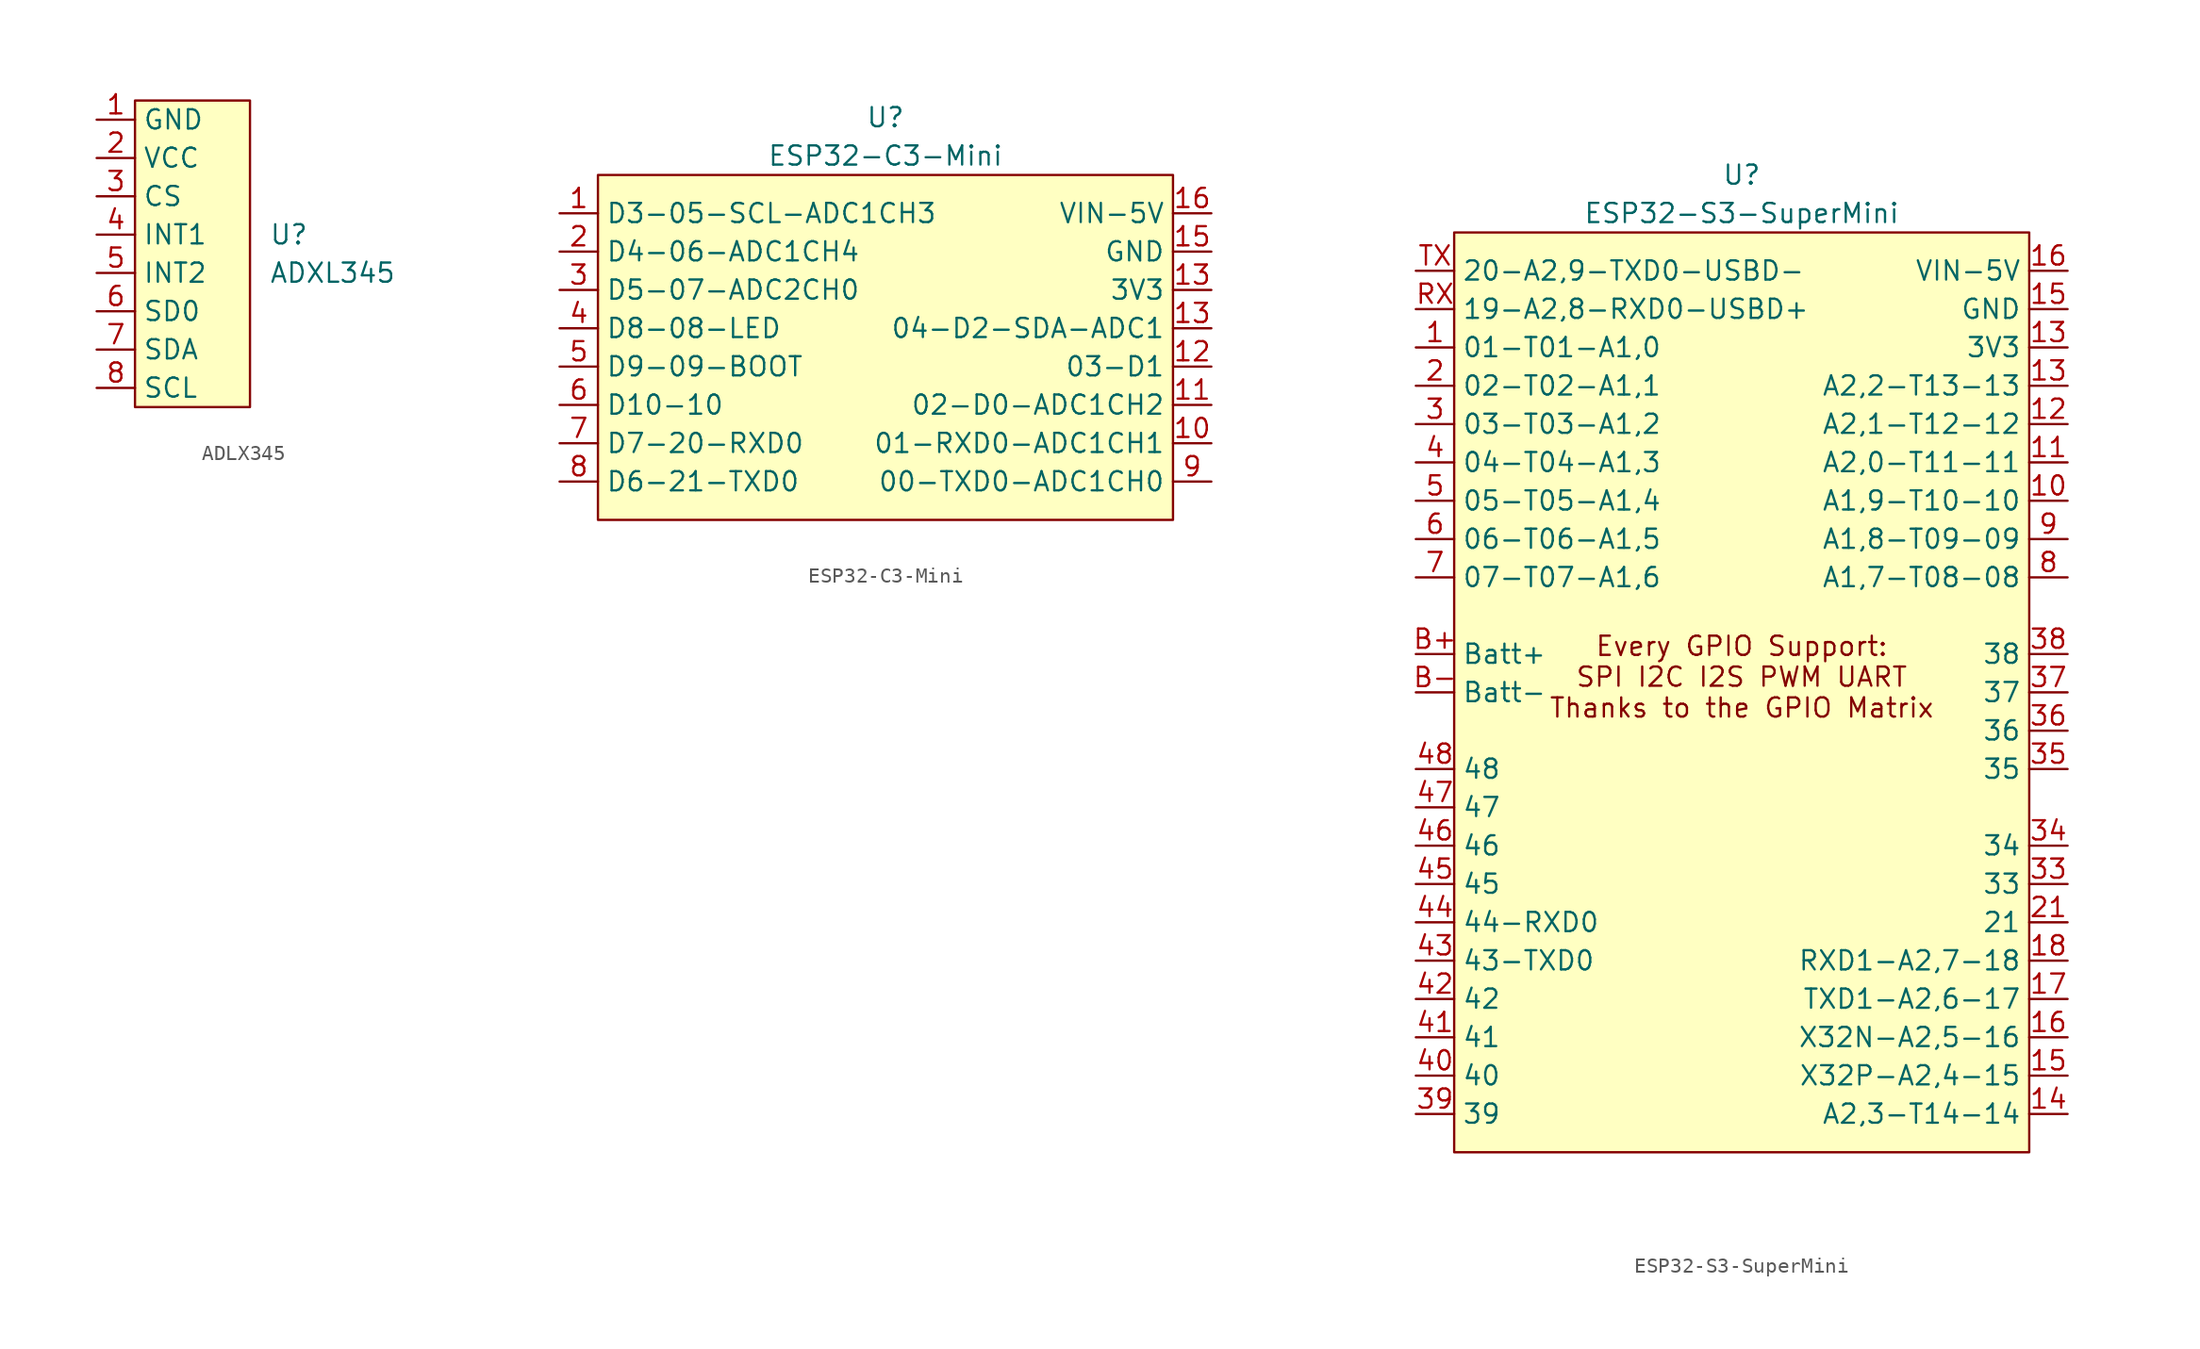
<source format=kicad_sym>
(kicad_symbol_lib
  (version 20231120)
  (generator "kicad_symbol_editor")
  (generator_version "8.0")
  (symbol "ADLX345"
    (property "Reference" "U"
      (at 5.08 1.27 0)
      (effects (font (size 1.27 1.27)) (justify left)))
    (property "Value" "ADXL345"
      (at 5.08 -1.27 0)
      (effects (font (size 1.27 1.27)) (justify left)))
    (symbol "ADLX345_0_1"
      (rectangle (start -3.81 10.16) (end 3.81 -10.16) (stroke (width 0) (type default)) (fill (type background))))
    (symbol "ADLX345_1_1"
      (pin power_in line (at -6.35 8.89 0) (length 2.54) (name "GND" (effects (font (size 1.27 1.27)))) (number "1" (effects (font (size 1.27 1.27)))))
      (pin power_in line (at -6.35 6.35 0) (length 2.54) (name "VCC" (effects (font (size 1.27 1.27)))) (number "2" (effects (font (size 1.27 1.27)))))
      (pin input line (at -6.35 3.81 0) (length 2.54) (name "CS" (effects (font (size 1.27 1.27)))) (number "3" (effects (font (size 1.27 1.27)))))
      (pin bidirectional line (at -6.35 1.27 0) (length 2.54) (name "INT1" (effects (font (size 1.27 1.27)))) (number "4" (effects (font (size 1.27 1.27)))))
      (pin bidirectional line (at -6.35 -1.27 0) (length 2.54) (name "INT2" (effects (font (size 1.27 1.27)))) (number "5" (effects (font (size 1.27 1.27)))))
      (pin bidirectional line (at -6.35 -3.81 0) (length 2.54) (name "SD0" (effects (font (size 1.27 1.27)))) (number "6" (effects (font (size 1.27 1.27)))))
      (pin bidirectional line (at -6.35 -6.35 0) (length 2.54) (name "SDA" (effects (font (size 1.27 1.27)))) (number "7" (effects (font (size 1.27 1.27)))))
      (pin input line (at -6.35 -8.89 0) (length 2.54) (name "SCL" (effects (font (size 1.27 1.27)))) (number "8" (effects (font (size 1.27 1.27)))))))
  (symbol "ESP32-C3-Mini"
    (property "Reference" "U"
      (at 0 15.24 0)
      (effects (font (size 1.27 1.27))))
    (property "Value" "ESP32-C3-Mini"
      (at 0 12.7 0)
      (effects (font (size 1.27 1.27))))
    (symbol "ESP32-C3-Mini_1_1"
      (rectangle (start -19.05 11.43) (end 19.05 -11.43) (stroke (width 0) (type default)) (fill (type background)))
      (pin bidirectional line (at -21.59 8.89 0) (length 2.54) (name "D3-05-SCL-ADC1CH3" (effects (font (size 1.27 1.27)))) (number "1" (effects (font (size 1.27 1.27)))))
      (pin bidirectional line (at 21.59 -6.35 180) (length 2.54) (name "01-RXD0-ADC1CH1" (effects (font (size 1.27 1.27)))) (number "10" (effects (font (size 1.27 1.27)))))
      (pin bidirectional line (at 21.59 -3.81 180) (length 2.54) (name "02-D0-ADC1CH2" (effects (font (size 1.27 1.27)))) (number "11" (effects (font (size 1.27 1.27)))))
      (pin bidirectional line (at 21.59 -1.27 180) (length 2.54) (name "03-D1" (effects (font (size 1.27 1.27)))) (number "12" (effects (font (size 1.27 1.27)))))
      (pin bidirectional line (at 21.59 1.27 180) (length 2.54) (name "04-D2-SDA-ADC1" (effects (font (size 1.27 1.27)))) (number "13" (effects (font (size 1.27 1.27)))))
      (pin power_out line (at 21.59 3.81 180) (length 2.54) (name "3V3" (effects (font (size 1.27 1.27)))) (number "13" (effects (font (size 1.27 1.27)))))
      (pin power_in line (at 21.59 6.35 180) (length 2.54) (name "GND" (effects (font (size 1.27 1.27)))) (number "15" (effects (font (size 1.27 1.27)))))
      (pin power_in line (at 21.59 8.89 180) (length 2.54) (name "VIN-5V" (effects (font (size 1.27 1.27)))) (number "16" (effects (font (size 1.27 1.27)))))
      (pin bidirectional line (at -21.59 6.35 0) (length 2.54) (name "D4-06-ADC1CH4" (effects (font (size 1.27 1.27)))) (number "2" (effects (font (size 1.27 1.27)))))
      (pin bidirectional line (at -21.59 3.81 0) (length 2.54) (name "D5-07-ADC2CH0" (effects (font (size 1.27 1.27)))) (number "3" (effects (font (size 1.27 1.27)))))
      (pin bidirectional line (at -21.59 1.27 0) (length 2.54) (name "D8-08-LED" (effects (font (size 1.27 1.27)))) (number "4" (effects (font (size 1.27 1.27)))))
      (pin bidirectional line (at -21.59 -1.27 0) (length 2.54) (name "D9-09-BOOT" (effects (font (size 1.27 1.27)))) (number "5" (effects (font (size 1.27 1.27)))))
      (pin bidirectional line (at -21.59 -3.81 0) (length 2.54) (name "D10-10" (effects (font (size 1.27 1.27)))) (number "6" (effects (font (size 1.27 1.27)))))
      (pin bidirectional line (at -21.59 -6.35 0) (length 2.54) (name "D7-20-RXD0" (effects (font (size 1.27 1.27)))) (number "7" (effects (font (size 1.27 1.27)))))
      (pin bidirectional line (at -21.59 -8.89 0) (length 2.54) (name "D6-21-TXD0" (effects (font (size 1.27 1.27)))) (number "8" (effects (font (size 1.27 1.27)))))
      (pin bidirectional line (at 21.59 -8.89 180) (length 2.54) (name "00-TXD0-ADC1CH0" (effects (font (size 1.27 1.27)))) (number "9" (effects (font (size 1.27 1.27)))))))
  (symbol "ESP32-S3-SuperMini"
    (property "Reference" "U"
      (at 0 34.29 0)
      (effects (font (size 1.27 1.27))))
    (property "Value" "ESP32-S3-SuperMini"
      (at 0 31.75 0)
      (effects (font (size 1.27 1.27))))
    (symbol "ESP32-S3-SuperMini_1_1"
      (rectangle (start -19.05 30.48) (end 19.05 -30.48) (stroke (width 0) (type default)) (fill (type background)))
      (text "Every GPIO Support:\nSPI I2C I2S PWM UART\nThanks to the GPIO Matrix\n\n" (at 0 0 0) (effects (font (size 1.27 1.27))))
      (pin bidirectional line (at -21.59 22.86 0) (length 2.54) (name "01-T01-A1,0" (effects (font (size 1.27 1.27)))) (number "1" (effects (font (size 1.27 1.27)))))
      (pin bidirectional line (at 21.59 12.7 180) (length 2.54) (name "A1,9-T10-10" (effects (font (size 1.27 1.27)))) (number "10" (effects (font (size 1.27 1.27)))))
      (pin bidirectional line (at 21.59 15.24 180) (length 2.54) (name "A2,0-T11-11" (effects (font (size 1.27 1.27)))) (number "11" (effects (font (size 1.27 1.27)))))
      (pin bidirectional line (at 21.59 17.78 180) (length 2.54) (name "A2,1-T12-12" (effects (font (size 1.27 1.27)))) (number "12" (effects (font (size 1.27 1.27)))))
      (pin power_out line (at 21.59 22.86 180) (length 2.54) (name "3V3" (effects (font (size 1.27 1.27)))) (number "13" (effects (font (size 1.27 1.27)))))
      (pin bidirectional line (at 21.59 20.32 180) (length 2.54) (name "A2,2-T13-13" (effects (font (size 1.27 1.27)))) (number "13" (effects (font (size 1.27 1.27)))))
      (pin bidirectional line (at 21.59 -27.94 180) (length 2.54) (name "A2,3-T14-14" (effects (font (size 1.27 1.27)))) (number "14" (effects (font (size 1.27 1.27)))))
      (pin power_in line (at 21.59 25.4 180) (length 2.54) (name "GND" (effects (font (size 1.27 1.27)))) (number "15" (effects (font (size 1.27 1.27)))))
      (pin bidirectional line (at 21.59 -25.4 180) (length 2.54) (name "X32P-A2,4-15" (effects (font (size 1.27 1.27)))) (number "15" (effects (font (size 1.27 1.27)))))
      (pin power_in line (at 21.59 27.94 180) (length 2.54) (name "VIN-5V" (effects (font (size 1.27 1.27)))) (number "16" (effects (font (size 1.27 1.27)))))
      (pin bidirectional line (at 21.59 -22.86 180) (length 2.54) (name "X32N-A2,5-16" (effects (font (size 1.27 1.27)))) (number "16" (effects (font (size 1.27 1.27)))))
      (pin bidirectional line (at 21.59 -20.32 180) (length 2.54) (name "TXD1-A2,6-17" (effects (font (size 1.27 1.27)))) (number "17" (effects (font (size 1.27 1.27)))))
      (pin bidirectional line (at 21.59 -17.78 180) (length 2.54) (name "RXD1-A2,7-18" (effects (font (size 1.27 1.27)))) (number "18" (effects (font (size 1.27 1.27)))))
      (pin bidirectional line (at -21.59 20.32 0) (length 2.54) (name "02-T02-A1,1" (effects (font (size 1.27 1.27)))) (number "2" (effects (font (size 1.27 1.27)))))
      (pin bidirectional line (at 21.59 -15.24 180) (length 2.54) (name "21" (effects (font (size 1.27 1.27)))) (number "21" (effects (font (size 1.27 1.27)))))
      (pin bidirectional line (at -21.59 17.78 0) (length 2.54) (name "03-T03-A1,2" (effects (font (size 1.27 1.27)))) (number "3" (effects (font (size 1.27 1.27)))))
      (pin bidirectional line (at 21.59 -12.7 180) (length 2.54) (name "33" (effects (font (size 1.27 1.27)))) (number "33" (effects (font (size 1.27 1.27)))))
      (pin bidirectional line (at 21.59 -10.16 180) (length 2.54) (name "34" (effects (font (size 1.27 1.27)))) (number "34" (effects (font (size 1.27 1.27)))))
      (pin bidirectional line (at 21.59 -5.08 180) (length 2.54) (name "35" (effects (font (size 1.27 1.27)))) (number "35" (effects (font (size 1.27 1.27)))))
      (pin bidirectional line (at 21.59 -2.54 180) (length 2.54) (name "36" (effects (font (size 1.27 1.27)))) (number "36" (effects (font (size 1.27 1.27)))))
      (pin bidirectional line (at 21.59 0 180) (length 2.54) (name "37" (effects (font (size 1.27 1.27)))) (number "37" (effects (font (size 1.27 1.27)))))
      (pin bidirectional line (at 21.59 2.54 180) (length 2.54) (name "38" (effects (font (size 1.27 1.27)))) (number "38" (effects (font (size 1.27 1.27)))))
      (pin bidirectional line (at -21.59 -27.94 0) (length 2.54) (name "39" (effects (font (size 1.27 1.27)))) (number "39" (effects (font (size 1.27 1.27)))))
      (pin bidirectional line (at -21.59 15.24 0) (length 2.54) (name "04-T04-A1,3" (effects (font (size 1.27 1.27)))) (number "4" (effects (font (size 1.27 1.27)))))
      (pin bidirectional line (at -21.59 -25.4 0) (length 2.54) (name "40" (effects (font (size 1.27 1.27)))) (number "40" (effects (font (size 1.27 1.27)))))
      (pin bidirectional line (at -21.59 -22.86 0) (length 2.54) (name "41" (effects (font (size 1.27 1.27)))) (number "41" (effects (font (size 1.27 1.27)))))
      (pin bidirectional line (at -21.59 -20.32 0) (length 2.54) (name "42" (effects (font (size 1.27 1.27)))) (number "42" (effects (font (size 1.27 1.27)))))
      (pin bidirectional line (at -21.59 -17.78 0) (length 2.54) (name "43-TXD0" (effects (font (size 1.27 1.27)))) (number "43" (effects (font (size 1.27 1.27)))))
      (pin bidirectional line (at -21.59 -15.24 0) (length 2.54) (name "44-RXD0" (effects (font (size 1.27 1.27)))) (number "44" (effects (font (size 1.27 1.27)))))
      (pin bidirectional line (at -21.59 -12.7 0) (length 2.54) (name "45" (effects (font (size 1.27 1.27)))) (number "45" (effects (font (size 1.27 1.27)))))
      (pin bidirectional line (at -21.59 -10.16 0) (length 2.54) (name "46" (effects (font (size 1.27 1.27)))) (number "46" (effects (font (size 1.27 1.27)))))
      (pin bidirectional line (at -21.59 -7.62 0) (length 2.54) (name "47" (effects (font (size 1.27 1.27)))) (number "47" (effects (font (size 1.27 1.27)))))
      (pin bidirectional line (at -21.59 -5.08 0) (length 2.54) (name "48" (effects (font (size 1.27 1.27)))) (number "48" (effects (font (size 1.27 1.27)))))
      (pin bidirectional line (at -21.59 12.7 0) (length 2.54) (name "05-T05-A1,4" (effects (font (size 1.27 1.27)))) (number "5" (effects (font (size 1.27 1.27)))))
      (pin bidirectional line (at -21.59 10.16 0) (length 2.54) (name "06-T06-A1,5" (effects (font (size 1.27 1.27)))) (number "6" (effects (font (size 1.27 1.27)))))
      (pin bidirectional line (at -21.59 7.62 0) (length 2.54) (name "07-T07-A1,6" (effects (font (size 1.27 1.27)))) (number "7" (effects (font (size 1.27 1.27)))))
      (pin bidirectional line (at 21.59 7.62 180) (length 2.54) (name "A1,7-T08-08" (effects (font (size 1.27 1.27)))) (number "8" (effects (font (size 1.27 1.27)))))
      (pin bidirectional line (at 21.59 10.16 180) (length 2.54) (name "A1,8-T09-09" (effects (font (size 1.27 1.27)))) (number "9" (effects (font (size 1.27 1.27)))))
      (pin power_in line (at -21.59 2.54 0) (length 2.54) (name "Batt+" (effects (font (size 1.27 1.27)))) (number "B+" (effects (font (size 1.27 1.27)))))
      (pin power_in line (at -21.59 0 0) (length 2.54) (name "Batt-" (effects (font (size 1.27 1.27)))) (number "B-" (effects (font (size 1.27 1.27)))))
      (pin bidirectional line (at -21.59 25.4 0) (length 2.54) (name "19-A2,8-RXD0-USBD+" (effects (font (size 1.27 1.27)))) (number "RX" (effects (font (size 1.27 1.27)))))
      (pin bidirectional line (at -21.59 27.94 0) (length 2.54) (name "20-A2,9-TXD0-USBD-" (effects (font (size 1.27 1.27)))) (number "TX" (effects (font (size 1.27 1.27))))))))
</source>
